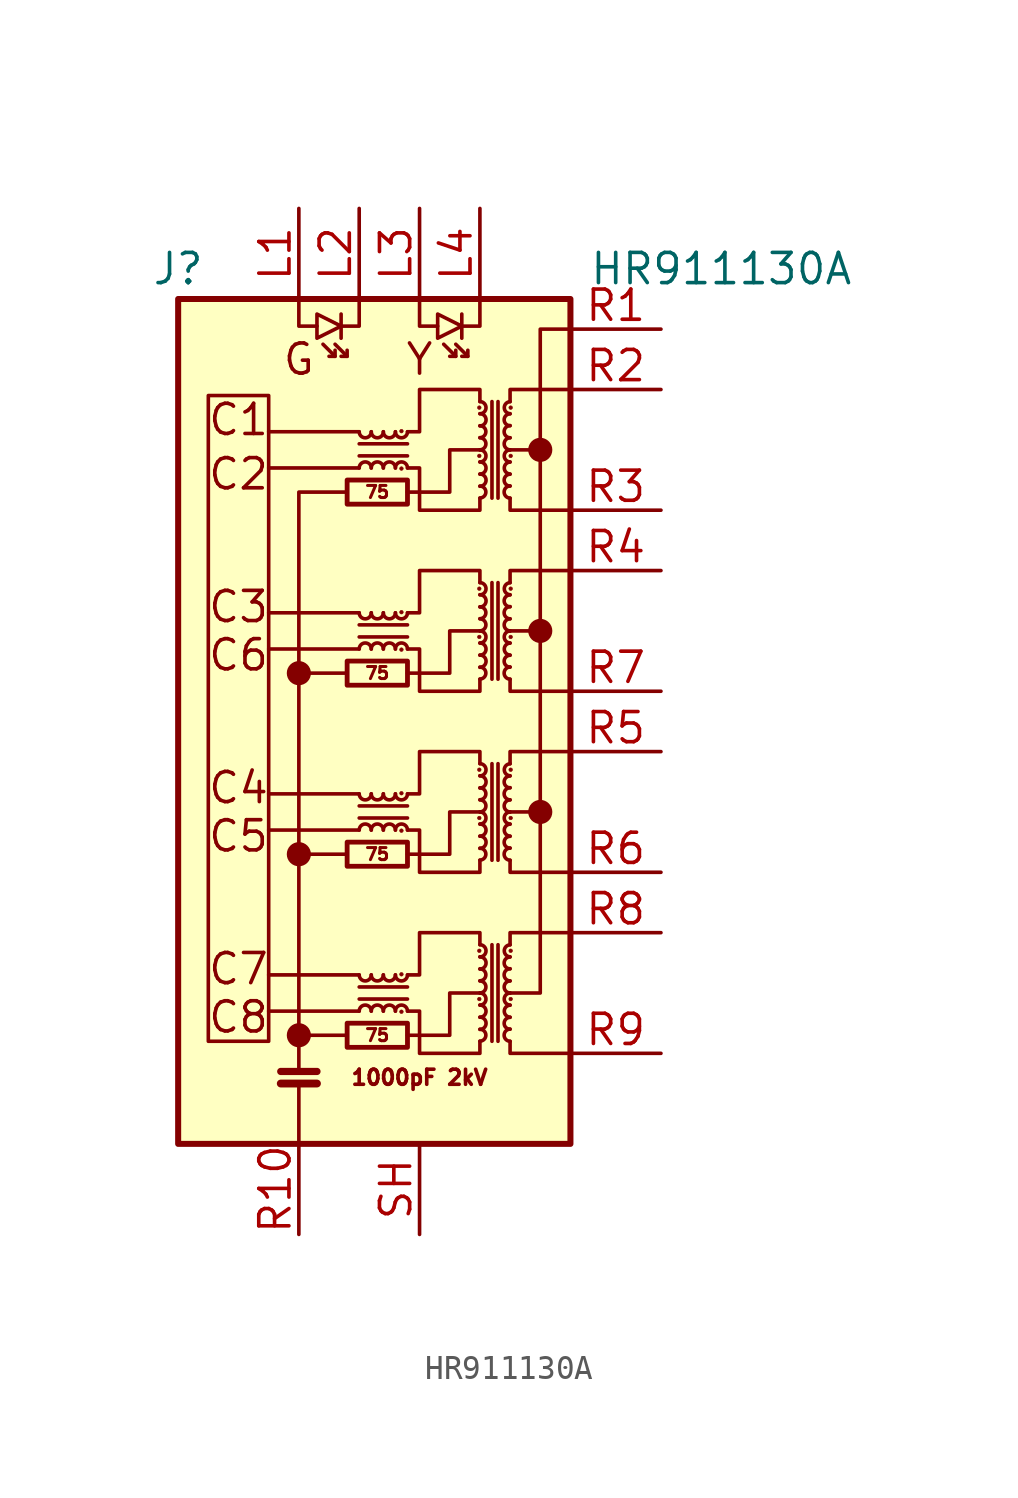
<source format=kicad_sym>
(kicad_symbol_lib
  (version 20241209)
  (generator "kicad_symbol_editor")
  (generator_version "9.0")
  (symbol "HR911130A"
    (pin_names
      (hide yes))
    (property "Reference" "J"
      (at -7.62 20.32 0)
      (effects (font (size 1.27 1.27))))
    (property "Value" "HR911130A"
      (at 15.24 20.32 0)
      (effects (font (size 1.27 1.27))))
    (symbol "HR911130A_0_0"
      (circle (center -2.54 3.302) (radius 0.0001) (stroke (width 0.508) (type default)) (fill (type none)))
      (circle (center -2.54 -4.318) (radius 0.0001) (stroke (width 0.508) (type default)) (fill (type none)))
      (circle (center -2.54 -11.938) (radius 0.0001) (stroke (width 0.508) (type default)) (fill (type none)))
      (polyline (pts (xy -0.508 -11.938) (xy -2.54 -11.938)) (stroke (width 0) (type default)) (fill (type none)))
      (polyline (pts (xy 0 13.462) (xy -3.81 13.462)) (stroke (width 0) (type default)) (fill (type none)))
      (polyline (pts (xy 0 11.938) (xy -3.81 11.938)) (stroke (width 0) (type default)) (fill (type none)))
      (polyline (pts (xy 0 5.842) (xy -3.81 5.842)) (stroke (width 0) (type default)) (fill (type none)))
      (polyline (pts (xy 0 4.318) (xy -3.81 4.318)) (stroke (width 0) (type default)) (fill (type none)))
      (polyline (pts (xy 0 -1.778) (xy -3.81 -1.778)) (stroke (width 0) (type default)) (fill (type none)))
      (polyline (pts (xy 0 -3.302) (xy -3.81 -3.302)) (stroke (width 0) (type default)) (fill (type none)))
      (polyline (pts (xy 0 -9.398) (xy -3.81 -9.398)) (stroke (width 0) (type default)) (fill (type none)))
      (polyline (pts (xy 0 -10.922) (xy -3.81 -10.922)) (stroke (width 0) (type default)) (fill (type none)))
      (polyline (pts (xy 2.032 10.922) (xy 3.81 10.922) (xy 3.81 12.7) (xy 5.08 12.7)) (stroke (width 0) (type default)) (fill (type none)))
      (polyline (pts (xy 2.032 3.302) (xy 3.81 3.302) (xy 3.81 5.08) (xy 5.08 5.08)) (stroke (width 0) (type default)) (fill (type none)))
      (polyline (pts (xy 2.032 -4.318) (xy 3.81 -4.318) (xy 3.81 -2.54) (xy 5.08 -2.54)) (stroke (width 0) (type default)) (fill (type none)))
      (polyline (pts (xy 2.032 -11.938) (xy 3.81 -11.938) (xy 3.81 -10.16) (xy 5.08 -10.16)) (stroke (width 0) (type default)) (fill (type none)))
      (polyline (pts (xy 6.35 5.08) (xy 7.62 5.08)) (stroke (width 0) (type default)) (fill (type none)))
      (polyline (pts (xy 7.62 12.7) (xy 6.35 12.7)) (stroke (width 0) (type default)) (fill (type none)))
      (circle (center 7.62 12.7) (radius 0.0001) (stroke (width 0.508) (type default)) (fill (type none)))
      (circle (center 7.62 5.08) (radius 0.0001) (stroke (width 0.508) (type default)) (fill (type none)))
      (polyline (pts (xy 7.62 -2.54) (xy 6.35 -2.54)) (stroke (width 0) (type default)) (fill (type none)))
      (circle (center 7.62 -2.54) (radius 0.0001) (stroke (width 0.508) (type default)) (fill (type none)))
      (text "C1" (at -5.08 13.97 0) (effects (font (size 1.27 1.27))))
      (text "C2" (at -5.08 11.684 0) (effects (font (size 1.27 1.27))))
      (text "C3" (at -5.08 6.096 0) (effects (font (size 1.27 1.27))))
      (text "C6" (at -5.08 4.064 0) (effects (font (size 1.27 1.27))))
      (text "C4" (at -5.08 -1.524 0) (effects (font (size 1.27 1.27))))
      (text "C5" (at -5.08 -3.556 0) (effects (font (size 1.27 1.27))))
      (text "C7" (at -5.08 -9.144 0) (effects (font (size 1.27 1.27))))
      (text "C8" (at -5.08 -11.176 0) (effects (font (size 1.27 1.27))))
      (text "G" (at -2.54 16.51 0) (effects (font (size 1.27 1.27))))
      (text "Y" (at 2.54 16.51 0) (effects (font (size 1.27 1.27))))
      (text "1000pF 2kV" (at 2.54 -13.716 0) (effects (font (size 0.635 0.635)))))
    (symbol "HR911130A_0_1"
      (rectangle (start -7.62 19.05) (end 8.89 -16.51) (stroke (width 0.254) (type default)) (fill (type background)))
      (rectangle (start -3.81 -12.192) (end -6.35 14.986) (stroke (width 0) (type default)) (fill (type none)))
      (polyline (pts (xy -3.302 -13.462) (xy -1.778 -13.462)) (stroke (width 0.305) (type default)) (fill (type none)))
      (polyline (pts (xy -3.302 -13.97) (xy -1.778 -13.97)) (stroke (width 0.33) (type default)) (fill (type none)))
      (polyline (pts (xy -2.54 19.05) (xy -2.54 17.907) (xy -1.778 17.907)) (stroke (width 0) (type default)) (fill (type none)))
      (polyline (pts (xy -2.54 3.302) (xy -0.508 3.302)) (stroke (width 0) (type default)) (fill (type none)))
      (polyline (pts (xy -2.54 -13.462) (xy -2.54 10.922) (xy -0.508 10.922)) (stroke (width 0) (type default)) (fill (type none)))
      (polyline (pts (xy -2.54 -16.51) (xy -2.54 -13.97)) (stroke (width 0) (type default)) (fill (type none)))
      (polyline (pts (xy -1.016 16.891) (xy -1.016 16.637) (xy -1.27 16.637)) (stroke (width 0) (type default)) (fill (type none)))
      (polyline (pts (xy -1.016 16.637) (xy -1.524 17.145)) (stroke (width 0) (type default)) (fill (type none)))
      (polyline (pts (xy -0.762 18.415) (xy -0.762 17.399)) (stroke (width 0) (type default)) (fill (type none)))
      (polyline (pts (xy -0.762 17.907) (xy -1.778 18.415) (xy -1.778 17.399) (xy -0.762 17.907)) (stroke (width 0) (type default)) (fill (type none)))
      (polyline (pts (xy -0.508 16.891) (xy -0.508 16.637) (xy -0.762 16.637)) (stroke (width 0) (type default)) (fill (type none)))
      (polyline (pts (xy -0.508 16.637) (xy -1.016 17.145)) (stroke (width 0) (type default)) (fill (type none)))
      (rectangle (start -0.508 10.414) (end 2.032 11.43) (stroke (width 0.203) (type default)) (fill (type none)))
      (rectangle (start -0.508 2.794) (end 2.032 3.81) (stroke (width 0.203) (type default)) (fill (type none)))
      (polyline (pts (xy -0.508 -4.318) (xy -2.54 -4.318)) (stroke (width 0) (type default)) (fill (type none)))
      (rectangle (start -0.508 -4.826) (end 2.032 -3.81) (stroke (width 0.203) (type default)) (fill (type none)))
      (rectangle (start -0.508 -12.446) (end 2.032 -11.43) (stroke (width 0.203) (type default)) (fill (type none)))
      (polyline (pts (xy 0 19.05) (xy 0 17.907) (xy -0.762 17.907)) (stroke (width 0) (type default)) (fill (type none)))
      (polyline (pts (xy 0 12.446) (xy 2.032 12.446)) (stroke (width 0) (type default)) (fill (type none)))
      (polyline (pts (xy 0 4.826) (xy 2.032 4.826)) (stroke (width 0) (type default)) (fill (type none)))
      (polyline (pts (xy 0 -2.794) (xy 2.032 -2.794)) (stroke (width 0) (type default)) (fill (type none)))
      (polyline (pts (xy 0 -10.414) (xy 2.032 -10.414)) (stroke (width 0) (type default)) (fill (type none)))
      (arc (start 0.508 13.462) (mid 0.254 13.2091) (end 0 13.462) (stroke (width 0) (type default)) (fill (type none)))
      (arc (start 0 11.938) (mid 0.254 12.1909) (end 0.508 11.938) (stroke (width 0) (type default)) (fill (type none)))
      (arc (start 0.508 5.842) (mid 0.254 5.5891) (end 0 5.842) (stroke (width 0) (type default)) (fill (type none)))
      (arc (start 0 4.318) (mid 0.254 4.5709) (end 0.508 4.318) (stroke (width 0) (type default)) (fill (type none)))
      (arc (start 0.508 -1.778) (mid 0.254 -2.0309) (end 0 -1.778) (stroke (width 0) (type default)) (fill (type none)))
      (arc (start 0 -3.302) (mid 0.254 -3.0491) (end 0.508 -3.302) (stroke (width 0) (type default)) (fill (type none)))
      (arc (start 0.508 -9.398) (mid 0.254 -9.6509) (end 0 -9.398) (stroke (width 0) (type default)) (fill (type none)))
      (arc (start 0 -10.922) (mid 0.254 -10.6691) (end 0.508 -10.922) (stroke (width 0) (type default)) (fill (type none)))
      (arc (start 1.016 13.462) (mid 0.762 13.2091) (end 0.508 13.462) (stroke (width 0) (type default)) (fill (type none)))
      (arc (start 0.508 11.938) (mid 0.762 12.1909) (end 1.016 11.938) (stroke (width 0) (type default)) (fill (type none)))
      (arc (start 1.016 5.842) (mid 0.762 5.5891) (end 0.508 5.842) (stroke (width 0) (type default)) (fill (type none)))
      (arc (start 0.508 4.318) (mid 0.762 4.5709) (end 1.016 4.318) (stroke (width 0) (type default)) (fill (type none)))
      (arc (start 1.016 -1.778) (mid 0.762 -2.0309) (end 0.508 -1.778) (stroke (width 0) (type default)) (fill (type none)))
      (arc (start 0.508 -3.302) (mid 0.762 -3.0491) (end 1.016 -3.302) (stroke (width 0) (type default)) (fill (type none)))
      (arc (start 1.016 -9.398) (mid 0.762 -9.6509) (end 0.508 -9.398) (stroke (width 0) (type default)) (fill (type none)))
      (arc (start 0.508 -10.922) (mid 0.762 -10.6691) (end 1.016 -10.922) (stroke (width 0) (type default)) (fill (type none)))
      (arc (start 1.524 13.462) (mid 1.27 13.2091) (end 1.016 13.462) (stroke (width 0) (type default)) (fill (type none)))
      (arc (start 1.016 11.938) (mid 1.27 12.1909) (end 1.524 11.938) (stroke (width 0) (type default)) (fill (type none)))
      (arc (start 1.524 5.842) (mid 1.27 5.5891) (end 1.016 5.842) (stroke (width 0) (type default)) (fill (type none)))
      (arc (start 1.016 4.318) (mid 1.27 4.5709) (end 1.524 4.318) (stroke (width 0) (type default)) (fill (type none)))
      (arc (start 1.524 -1.778) (mid 1.27 -2.0309) (end 1.016 -1.778) (stroke (width 0) (type default)) (fill (type none)))
      (arc (start 1.016 -3.302) (mid 1.27 -3.0491) (end 1.524 -3.302) (stroke (width 0) (type default)) (fill (type none)))
      (arc (start 1.524 -9.398) (mid 1.27 -9.6509) (end 1.016 -9.398) (stroke (width 0) (type default)) (fill (type none)))
      (arc (start 1.016 -10.922) (mid 1.27 -10.6691) (end 1.524 -10.922) (stroke (width 0) (type default)) (fill (type none)))
      (circle (center 1.778 13.487) (radius 0.076) (stroke (width 0.025) (type default)) (fill (type outline)))
      (arc (start 2.032 13.462) (mid 1.778 13.2091) (end 1.524 13.462) (stroke (width 0) (type default)) (fill (type none)))
      (arc (start 1.524 11.938) (mid 1.778 12.1909) (end 2.032 11.938) (stroke (width 0) (type default)) (fill (type none)))
      (circle (center 1.778 11.913) (radius 0.076) (stroke (width 0.025) (type default)) (fill (type outline)))
      (circle (center 1.778 5.867) (radius 0.076) (stroke (width 0.025) (type default)) (fill (type outline)))
      (arc (start 2.032 5.842) (mid 1.778 5.5891) (end 1.524 5.842) (stroke (width 0) (type default)) (fill (type none)))
      (arc (start 1.524 4.318) (mid 1.778 4.5709) (end 2.032 4.318) (stroke (width 0) (type default)) (fill (type none)))
      (circle (center 1.778 4.293) (radius 0.076) (stroke (width 0.025) (type default)) (fill (type outline)))
      (circle (center 1.778 -1.753) (radius 0.076) (stroke (width 0.025) (type default)) (fill (type outline)))
      (arc (start 2.032 -1.778) (mid 1.778 -2.0309) (end 1.524 -1.778) (stroke (width 0) (type default)) (fill (type none)))
      (arc (start 1.524 -3.302) (mid 1.778 -3.0491) (end 2.032 -3.302) (stroke (width 0) (type default)) (fill (type none)))
      (circle (center 1.778 -3.327) (radius 0.076) (stroke (width 0.025) (type default)) (fill (type outline)))
      (circle (center 1.778 -9.373) (radius 0.076) (stroke (width 0.025) (type default)) (fill (type outline)))
      (arc (start 2.032 -9.398) (mid 1.778 -9.6509) (end 1.524 -9.398) (stroke (width 0) (type default)) (fill (type none)))
      (arc (start 1.524 -10.922) (mid 1.778 -10.6691) (end 2.032 -10.922) (stroke (width 0) (type default)) (fill (type none)))
      (circle (center 1.778 -10.947) (radius 0.076) (stroke (width 0.025) (type default)) (fill (type outline)))
      (polyline (pts (xy 2.032 13.462) (xy 2.54 13.462) (xy 2.54 15.24) (xy 5.08 15.24) (xy 5.08 14.732)) (stroke (width 0) (type default)) (fill (type none)))
      (polyline (pts (xy 2.032 12.954) (xy 0 12.954)) (stroke (width 0) (type default)) (fill (type none)))
      (polyline (pts (xy 2.032 5.842) (xy 2.54 5.842) (xy 2.54 7.62) (xy 5.08 7.62) (xy 5.08 7.112)) (stroke (width 0) (type default)) (fill (type none)))
      (polyline (pts (xy 2.032 5.334) (xy 0 5.334)) (stroke (width 0) (type default)) (fill (type none)))
      (polyline (pts (xy 2.032 -1.778) (xy 2.54 -1.778) (xy 2.54 0) (xy 5.08 0) (xy 5.08 -0.508)) (stroke (width 0) (type default)) (fill (type none)))
      (polyline (pts (xy 2.032 -2.286) (xy 0 -2.286)) (stroke (width 0) (type default)) (fill (type none)))
      (polyline (pts (xy 2.032 -9.398) (xy 2.54 -9.398) (xy 2.54 -7.62) (xy 5.08 -7.62) (xy 5.08 -8.128)) (stroke (width 0) (type default)) (fill (type none)))
      (polyline (pts (xy 2.032 -9.906) (xy 0 -9.906)) (stroke (width 0) (type default)) (fill (type none)))
      (polyline (pts (xy 2.54 19.05) (xy 2.54 17.907) (xy 3.302 17.907)) (stroke (width 0) (type default)) (fill (type none)))
      (polyline (pts (xy 4.064 16.891) (xy 4.064 16.637) (xy 3.81 16.637)) (stroke (width 0) (type default)) (fill (type none)))
      (polyline (pts (xy 4.064 16.637) (xy 3.556 17.145)) (stroke (width 0) (type default)) (fill (type none)))
      (polyline (pts (xy 4.318 18.415) (xy 4.318 17.399)) (stroke (width 0) (type default)) (fill (type none)))
      (polyline (pts (xy 4.318 17.907) (xy 3.302 18.415) (xy 3.302 17.399) (xy 4.318 17.907)) (stroke (width 0) (type default)) (fill (type none)))
      (polyline (pts (xy 4.572 16.891) (xy 4.572 16.637) (xy 4.318 16.637)) (stroke (width 0) (type default)) (fill (type none)))
      (polyline (pts (xy 4.572 16.637) (xy 4.064 17.145)) (stroke (width 0) (type default)) (fill (type none)))
      (circle (center 5.055 14.478) (radius 0.076) (stroke (width 0.025) (type default)) (fill (type outline)))
      (circle (center 5.055 12.446) (radius 0.076) (stroke (width 0.025) (type default)) (fill (type outline)))
      (circle (center 5.055 6.858) (radius 0.076) (stroke (width 0.025) (type default)) (fill (type outline)))
      (circle (center 5.055 4.826) (radius 0.076) (stroke (width 0.025) (type default)) (fill (type outline)))
      (circle (center 5.055 -0.762) (radius 0.076) (stroke (width 0.025) (type default)) (fill (type outline)))
      (circle (center 5.055 -2.794) (radius 0.076) (stroke (width 0.025) (type default)) (fill (type outline)))
      (circle (center 5.055 -8.382) (radius 0.076) (stroke (width 0.025) (type default)) (fill (type outline)))
      (circle (center 5.055 -10.414) (radius 0.076) (stroke (width 0.025) (type default)) (fill (type outline)))
      (arc (start 5.08 14.732) (mid 5.333 14.478) (end 5.08 14.224) (stroke (width 0) (type default)) (fill (type none)))
      (arc (start 5.08 13.716) (mid 5.333 13.462) (end 5.08 13.208) (stroke (width 0) (type default)) (fill (type none)))
      (arc (start 5.08 13.208) (mid 5.333 12.954) (end 5.08 12.7) (stroke (width 0) (type default)) (fill (type none)))
      (arc (start 5.08 12.7) (mid 5.333 12.446) (end 5.08 12.192) (stroke (width 0) (type default)) (fill (type none)))
      (arc (start 5.08 12.192) (mid 5.333 11.938) (end 5.08 11.684) (stroke (width 0) (type default)) (fill (type none)))
      (arc (start 5.08 11.176) (mid 5.333 10.922) (end 5.08 10.668) (stroke (width 0) (type default)) (fill (type none)))
      (arc (start 5.08 7.112) (mid 5.333 6.858) (end 5.08 6.604) (stroke (width 0) (type default)) (fill (type none)))
      (arc (start 5.08 6.096) (mid 5.333 5.842) (end 5.08 5.588) (stroke (width 0) (type default)) (fill (type none)))
      (arc (start 5.08 5.588) (mid 5.333 5.334) (end 5.08 5.08) (stroke (width 0) (type default)) (fill (type none)))
      (arc (start 5.08 5.08) (mid 5.333 4.826) (end 5.08 4.572) (stroke (width 0) (type default)) (fill (type none)))
      (arc (start 5.08 4.572) (mid 5.333 4.318) (end 5.08 4.064) (stroke (width 0) (type default)) (fill (type none)))
      (arc (start 5.08 3.556) (mid 5.333 3.302) (end 5.08 3.048) (stroke (width 0) (type default)) (fill (type none)))
      (arc (start 5.08 -0.508) (mid 5.333 -0.762) (end 5.08 -1.016) (stroke (width 0) (type default)) (fill (type none)))
      (arc (start 5.08 -1.524) (mid 5.333 -1.778) (end 5.08 -2.032) (stroke (width 0) (type default)) (fill (type none)))
      (arc (start 5.08 -2.032) (mid 5.333 -2.286) (end 5.08 -2.54) (stroke (width 0) (type default)) (fill (type none)))
      (arc (start 5.08 -2.54) (mid 5.333 -2.794) (end 5.08 -3.048) (stroke (width 0) (type default)) (fill (type none)))
      (arc (start 5.08 -3.048) (mid 5.333 -3.302) (end 5.08 -3.556) (stroke (width 0) (type default)) (fill (type none)))
      (arc (start 5.08 -4.064) (mid 5.333 -4.318) (end 5.08 -4.572) (stroke (width 0) (type default)) (fill (type none)))
      (arc (start 5.08 -8.128) (mid 5.333 -8.382) (end 5.08 -8.636) (stroke (width 0) (type default)) (fill (type none)))
      (arc (start 5.08 -9.144) (mid 5.333 -9.398) (end 5.08 -9.652) (stroke (width 0) (type default)) (fill (type none)))
      (arc (start 5.08 -9.652) (mid 5.333 -9.906) (end 5.08 -10.16) (stroke (width 0) (type default)) (fill (type none)))
      (arc (start 5.08 -10.16) (mid 5.333 -10.414) (end 5.08 -10.668) (stroke (width 0) (type default)) (fill (type none)))
      (arc (start 5.08 -10.668) (mid 5.333 -10.922) (end 5.08 -11.176) (stroke (width 0) (type default)) (fill (type none)))
      (arc (start 5.08 -11.684) (mid 5.333 -11.938) (end 5.08 -12.192) (stroke (width 0) (type default)) (fill (type none)))
      (polyline (pts (xy 5.08 19.05) (xy 5.08 17.907) (xy 4.318 17.907)) (stroke (width 0) (type default)) (fill (type none)))
      (arc (start 5.08 14.224) (mid 5.334 13.97) (end 5.08 13.716) (stroke (width 0) (type default)) (fill (type none)))
      (arc (start 5.08 11.684) (mid 5.334 11.43) (end 5.08 11.176) (stroke (width 0) (type default)) (fill (type none)))
      (polyline (pts (xy 5.08 10.668) (xy 5.08 10.16) (xy 2.54 10.16) (xy 2.54 11.938) (xy 2.032 11.938)) (stroke (width 0) (type default)) (fill (type none)))
      (arc (start 5.08 6.604) (mid 5.334 6.35) (end 5.08 6.096) (stroke (width 0) (type default)) (fill (type none)))
      (arc (start 5.08 4.064) (mid 5.334 3.81) (end 5.08 3.556) (stroke (width 0) (type default)) (fill (type none)))
      (polyline (pts (xy 5.08 3.048) (xy 5.08 2.54) (xy 2.54 2.54) (xy 2.54 4.318) (xy 2.032 4.318)) (stroke (width 0) (type default)) (fill (type none)))
      (arc (start 5.08 -1.016) (mid 5.334 -1.27) (end 5.08 -1.524) (stroke (width 0) (type default)) (fill (type none)))
      (arc (start 5.08 -3.556) (mid 5.334 -3.81) (end 5.08 -4.064) (stroke (width 0) (type default)) (fill (type none)))
      (polyline (pts (xy 5.08 -4.572) (xy 5.08 -5.08) (xy 2.54 -5.08) (xy 2.54 -3.302) (xy 2.032 -3.302)) (stroke (width 0) (type default)) (fill (type none)))
      (arc (start 5.08 -8.636) (mid 5.334 -8.89) (end 5.08 -9.144) (stroke (width 0) (type default)) (fill (type none)))
      (arc (start 5.08 -11.176) (mid 5.334 -11.43) (end 5.08 -11.684) (stroke (width 0) (type default)) (fill (type none)))
      (polyline (pts (xy 5.08 -12.192) (xy 5.08 -12.7) (xy 2.54 -12.7) (xy 2.54 -10.922) (xy 2.032 -10.922)) (stroke (width 0) (type default)) (fill (type none)))
      (polyline (pts (xy 5.588 14.732) (xy 5.588 10.668)) (stroke (width 0) (type default)) (fill (type none)))
      (polyline (pts (xy 5.588 7.112) (xy 5.588 3.048)) (stroke (width 0) (type default)) (fill (type none)))
      (polyline (pts (xy 5.588 -0.508) (xy 5.588 -4.572)) (stroke (width 0) (type default)) (fill (type none)))
      (polyline (pts (xy 5.588 -8.128) (xy 5.588 -12.192)) (stroke (width 0) (type default)) (fill (type none)))
      (polyline (pts (xy 5.842 10.668) (xy 5.842 14.732)) (stroke (width 0) (type default)) (fill (type none)))
      (polyline (pts (xy 5.842 3.048) (xy 5.842 7.112)) (stroke (width 0) (type default)) (fill (type none)))
      (polyline (pts (xy 5.842 -4.572) (xy 5.842 -0.508)) (stroke (width 0) (type default)) (fill (type none)))
      (polyline (pts (xy 5.842 -12.192) (xy 5.842 -8.128)) (stroke (width 0) (type default)) (fill (type none)))
      (polyline (pts (xy 6.35 14.732) (xy 6.35 15.24) (xy 8.89 15.24)) (stroke (width 0) (type default)) (fill (type none)))
      (arc (start 6.35 13.716) (mid 6.096 13.97) (end 6.35 14.224) (stroke (width 0) (type default)) (fill (type none)))
      (arc (start 6.35 11.176) (mid 6.096 11.43) (end 6.35 11.684) (stroke (width 0) (type default)) (fill (type none)))
      (polyline (pts (xy 6.35 10.668) (xy 6.35 10.16) (xy 8.89 10.16)) (stroke (width 0) (type default)) (fill (type none)))
      (polyline (pts (xy 6.35 7.112) (xy 6.35 7.62) (xy 8.89 7.62)) (stroke (width 0) (type default)) (fill (type none)))
      (arc (start 6.35 6.096) (mid 6.096 6.35) (end 6.35 6.604) (stroke (width 0) (type default)) (fill (type none)))
      (arc (start 6.35 3.556) (mid 6.096 3.81) (end 6.35 4.064) (stroke (width 0) (type default)) (fill (type none)))
      (polyline (pts (xy 6.35 3.048) (xy 6.35 2.54) (xy 8.89 2.54)) (stroke (width 0) (type default)) (fill (type none)))
      (polyline (pts (xy 6.35 -0.508) (xy 6.35 0) (xy 8.89 0)) (stroke (width 0) (type default)) (fill (type none)))
      (arc (start 6.35 -1.524) (mid 6.096 -1.27) (end 6.35 -1.016) (stroke (width 0) (type default)) (fill (type none)))
      (arc (start 6.35 -4.064) (mid 6.096 -3.81) (end 6.35 -3.556) (stroke (width 0) (type default)) (fill (type none)))
      (polyline (pts (xy 6.35 -4.572) (xy 6.35 -5.08) (xy 8.89 -5.08)) (stroke (width 0) (type default)) (fill (type none)))
      (polyline (pts (xy 6.35 -8.128) (xy 6.35 -7.62) (xy 8.89 -7.62)) (stroke (width 0) (type default)) (fill (type none)))
      (arc (start 6.35 -9.144) (mid 6.096 -8.89) (end 6.35 -8.636) (stroke (width 0) (type default)) (fill (type none)))
      (arc (start 6.35 -11.684) (mid 6.096 -11.43) (end 6.35 -11.176) (stroke (width 0) (type default)) (fill (type none)))
      (polyline (pts (xy 6.35 -12.192) (xy 6.35 -12.7) (xy 8.89 -12.7)) (stroke (width 0) (type default)) (fill (type none)))
      (arc (start 6.35 14.224) (mid 6.097 14.478) (end 6.35 14.732) (stroke (width 0) (type default)) (fill (type none)))
      (arc (start 6.35 13.208) (mid 6.097 13.462) (end 6.35 13.716) (stroke (width 0) (type default)) (fill (type none)))
      (arc (start 6.35 12.7) (mid 6.097 12.954) (end 6.35 13.208) (stroke (width 0) (type default)) (fill (type none)))
      (arc (start 6.35 12.192) (mid 6.097 12.446) (end 6.35 12.7) (stroke (width 0) (type default)) (fill (type none)))
      (arc (start 6.35 11.684) (mid 6.097 11.938) (end 6.35 12.192) (stroke (width 0) (type default)) (fill (type none)))
      (arc (start 6.35 10.668) (mid 6.097 10.922) (end 6.35 11.176) (stroke (width 0) (type default)) (fill (type none)))
      (arc (start 6.35 6.604) (mid 6.097 6.858) (end 6.35 7.112) (stroke (width 0) (type default)) (fill (type none)))
      (arc (start 6.35 5.588) (mid 6.097 5.842) (end 6.35 6.096) (stroke (width 0) (type default)) (fill (type none)))
      (arc (start 6.35 5.08) (mid 6.097 5.334) (end 6.35 5.588) (stroke (width 0) (type default)) (fill (type none)))
      (arc (start 6.35 4.572) (mid 6.097 4.826) (end 6.35 5.08) (stroke (width 0) (type default)) (fill (type none)))
      (arc (start 6.35 4.064) (mid 6.097 4.318) (end 6.35 4.572) (stroke (width 0) (type default)) (fill (type none)))
      (arc (start 6.35 3.048) (mid 6.097 3.302) (end 6.35 3.556) (stroke (width 0) (type default)) (fill (type none)))
      (arc (start 6.35 -1.016) (mid 6.097 -0.762) (end 6.35 -0.508) (stroke (width 0) (type default)) (fill (type none)))
      (arc (start 6.35 -2.032) (mid 6.097 -1.778) (end 6.35 -1.524) (stroke (width 0) (type default)) (fill (type none)))
      (arc (start 6.35 -2.54) (mid 6.097 -2.286) (end 6.35 -2.032) (stroke (width 0) (type default)) (fill (type none)))
      (arc (start 6.35 -3.048) (mid 6.097 -2.794) (end 6.35 -2.54) (stroke (width 0) (type default)) (fill (type none)))
      (arc (start 6.35 -3.556) (mid 6.097 -3.302) (end 6.35 -3.048) (stroke (width 0) (type default)) (fill (type none)))
      (arc (start 6.35 -4.572) (mid 6.097 -4.318) (end 6.35 -4.064) (stroke (width 0) (type default)) (fill (type none)))
      (arc (start 6.35 -8.636) (mid 6.097 -8.382) (end 6.35 -8.128) (stroke (width 0) (type default)) (fill (type none)))
      (arc (start 6.35 -9.652) (mid 6.097 -9.398) (end 6.35 -9.144) (stroke (width 0) (type default)) (fill (type none)))
      (arc (start 6.35 -10.16) (mid 6.097 -9.906) (end 6.35 -9.652) (stroke (width 0) (type default)) (fill (type none)))
      (arc (start 6.35 -10.668) (mid 6.097 -10.414) (end 6.35 -10.16) (stroke (width 0) (type default)) (fill (type none)))
      (arc (start 6.35 -11.176) (mid 6.097 -10.922) (end 6.35 -10.668) (stroke (width 0) (type default)) (fill (type none)))
      (arc (start 6.35 -12.192) (mid 6.097 -11.938) (end 6.35 -11.684) (stroke (width 0) (type default)) (fill (type none)))
      (circle (center 6.375 14.478) (radius 0.076) (stroke (width 0.025) (type default)) (fill (type outline)))
      (circle (center 6.375 12.446) (radius 0.076) (stroke (width 0.025) (type default)) (fill (type outline)))
      (circle (center 6.375 6.858) (radius 0.076) (stroke (width 0.025) (type default)) (fill (type outline)))
      (circle (center 6.375 4.826) (radius 0.076) (stroke (width 0.025) (type default)) (fill (type outline)))
      (circle (center 6.375 -0.762) (radius 0.076) (stroke (width 0.025) (type default)) (fill (type outline)))
      (circle (center 6.375 -2.794) (radius 0.076) (stroke (width 0.025) (type default)) (fill (type outline)))
      (circle (center 6.375 -8.382) (radius 0.076) (stroke (width 0.025) (type default)) (fill (type outline)))
      (circle (center 6.375 -10.414) (radius 0.076) (stroke (width 0.025) (type default)) (fill (type outline)))
      (polyline (pts (xy 8.89 17.78) (xy 7.62 17.78) (xy 7.62 -10.16) (xy 6.35 -10.16)) (stroke (width 0) (type default)) (fill (type none)))
      (pin power_in line (at -2.54 -20.32 90) (length 3.81) (name "GND" (effects (font (size 1.27 1.27)))) (number "R10" (effects (font (size 1.27 1.27))))))
    (symbol "HR911130A_1_0"
      (text "75" (at 0.762 10.922 0) (effects (font (size 0.508 0.508))))
      (text "75" (at 0.762 3.302 0) (effects (font (size 0.508 0.508))))
      (text "75" (at 0.762 -4.318 0) (effects (font (size 0.508 0.508))))
      (text "75" (at 0.762 -11.938 0) (effects (font (size 0.508 0.508)))))
    (symbol "HR911130A_1_1"
      (pin passive line (at -2.54 22.86 270) (length 3.81) (name "~" (effects (font (size 1.27 1.27)))) (number "L1" (effects (font (size 1.27 1.27)))))
      (pin passive line (at 0 22.86 270) (length 3.81) (name "~" (effects (font (size 1.27 1.27)))) (number "L2" (effects (font (size 1.27 1.27)))))
      (pin passive line (at 2.54 22.86 270) (length 3.81) (name "~" (effects (font (size 1.27 1.27)))) (number "L3" (effects (font (size 1.27 1.27)))))
      (pin passive line (at 2.54 -20.32 90) (length 3.81) (name "SH" (effects (font (size 1.27 1.27)))) (number "SH" (effects (font (size 1.27 1.27)))))
      (pin passive line (at 5.08 22.86 270) (length 3.81) (name "~" (effects (font (size 1.27 1.27)))) (number "L4" (effects (font (size 1.27 1.27)))))
      (pin passive line (at 12.7 17.78 180) (length 3.81) (name "CT" (effects (font (size 1.27 1.27)))) (number "R1" (effects (font (size 1.27 1.27)))))
      (pin passive line (at 12.7 15.24 180) (length 3.81) (name "TD1+" (effects (font (size 1.27 1.27)))) (number "R2" (effects (font (size 1.27 1.27)))))
      (pin passive line (at 12.7 10.16 180) (length 3.81) (name "TD1-" (effects (font (size 1.27 1.27)))) (number "R3" (effects (font (size 1.27 1.27)))))
      (pin passive line (at 12.7 7.62 180) (length 3.81) (name "TD2+" (effects (font (size 1.27 1.27)))) (number "R4" (effects (font (size 1.27 1.27)))))
      (pin passive line (at 12.7 2.54 180) (length 3.81) (name "TD2-" (effects (font (size 1.27 1.27)))) (number "R7" (effects (font (size 1.27 1.27)))))
      (pin passive line (at 12.7 0 180) (length 3.81) (name "TD3+" (effects (font (size 1.27 1.27)))) (number "R5" (effects (font (size 1.27 1.27)))))
      (pin passive line (at 12.7 -5.08 180) (length 3.81) (name "TD3-" (effects (font (size 1.27 1.27)))) (number "R6" (effects (font (size 1.27 1.27)))))
      (pin passive line (at 12.7 -7.62 180) (length 3.81) (name "TD4+" (effects (font (size 1.27 1.27)))) (number "R8" (effects (font (size 1.27 1.27)))))
      (pin passive line (at 12.7 -12.7 180) (length 3.81) (name "TD4-" (effects (font (size 1.27 1.27)))) (number "R9" (effects (font (size 1.27 1.27))))))))
</source>
